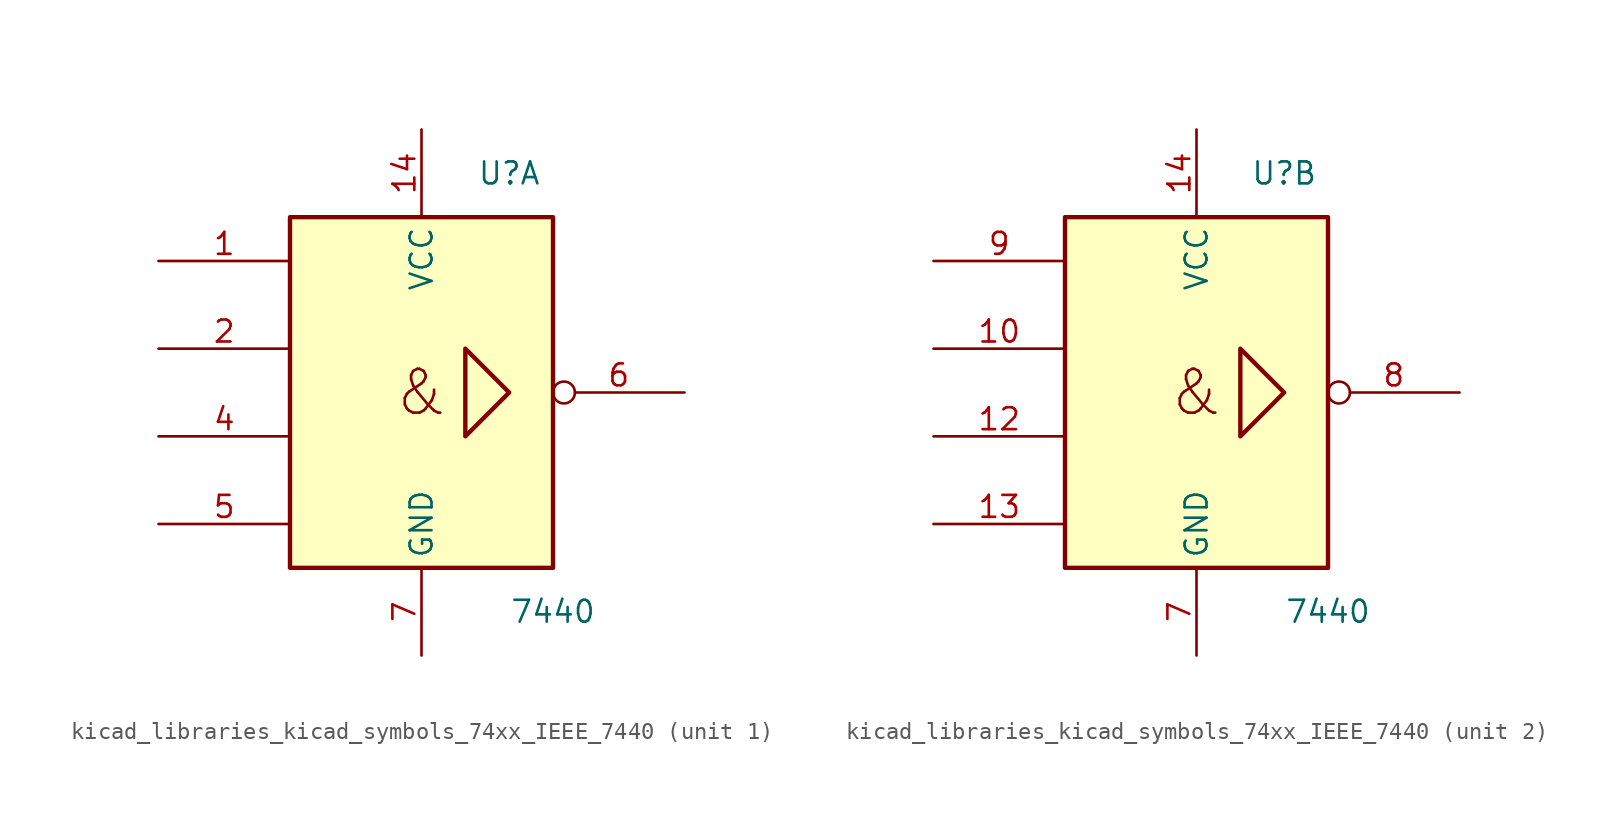
<source format=kicad_sym>
(kicad_symbol_lib
  (version 20220914)
  (generator kicad_symbol_editor)
  (symbol "kicad_libraries_kicad_symbols_74xx_IEEE_7440"
    (property "Reference" "U"
      (at 5.08 12.7 0)
      (effects (font (size 1.27 1.27))))
    (property "Value" "7440"
      (at 7.62 -12.7 0)
      (effects (font (size 1.27 1.27))))
    (symbol "kicad_libraries_kicad_symbols_74xx_IEEE_7440_0_0"
      (text "&" (at 0 0 0) (effects (font (size 2.54 2.54)))))
    (symbol "kicad_libraries_kicad_symbols_74xx_IEEE_7440_0_1"
      (rectangle (start -7.62 10.16) (end 7.62 -10.16) (stroke (width 0.254) (type default)) (fill (type background)))
      (polyline (pts (xy 2.54 2.54) (xy 2.54 -2.54) (xy 5.08 0) (xy 2.54 2.54) (xy 2.54 2.54)) (stroke (width 0.254) (type default)) (fill (type background)))
      (pin power_in line (at 0 15.24 270) (length 5.08) (name "VCC" (effects (font (size 1.27 1.27)))) (number "14" (effects (font (size 1.27 1.27)))))
      (pin power_in line (at 0 -15.24 90) (length 5.08) (name "GND" (effects (font (size 1.27 1.27)))) (number "7" (effects (font (size 1.27 1.27))))))
    (symbol "kicad_libraries_kicad_symbols_74xx_IEEE_7440_1_1"
      (pin input line (at -15.24 7.62 0) (length 7.62) (name "~" (effects (font (size 1.27 1.27)))) (number "1" (effects (font (size 1.27 1.27)))))
      (pin input line (at -15.24 2.54 0) (length 7.62) (name "~" (effects (font (size 1.27 1.27)))) (number "2" (effects (font (size 1.27 1.27)))))
      (pin input line (at -15.24 -2.54 0) (length 7.62) (name "~" (effects (font (size 1.27 1.27)))) (number "4" (effects (font (size 1.27 1.27)))))
      (pin input line (at -15.24 -7.62 0) (length 7.62) (name "~" (effects (font (size 1.27 1.27)))) (number "5" (effects (font (size 1.27 1.27)))))
      (pin output inverted (at 15.24 0 180) (length 7.62) (name "~" (effects (font (size 1.27 1.27)))) (number "6" (effects (font (size 1.27 1.27))))))
    (symbol "kicad_libraries_kicad_symbols_74xx_IEEE_7440_2_1"
      (pin input line (at -15.24 2.54 0) (length 7.62) (name "~" (effects (font (size 1.27 1.27)))) (number "10" (effects (font (size 1.27 1.27)))))
      (pin input line (at -15.24 -2.54 0) (length 7.62) (name "~" (effects (font (size 1.27 1.27)))) (number "12" (effects (font (size 1.27 1.27)))))
      (pin input line (at -15.24 -7.62 0) (length 7.62) (name "~" (effects (font (size 1.27 1.27)))) (number "13" (effects (font (size 1.27 1.27)))))
      (pin output inverted (at 15.24 0 180) (length 7.62) (name "~" (effects (font (size 1.27 1.27)))) (number "8" (effects (font (size 1.27 1.27)))))
      (pin input line (at -15.24 7.62 0) (length 7.62) (name "~" (effects (font (size 1.27 1.27)))) (number "9" (effects (font (size 1.27 1.27))))))))
</source>
